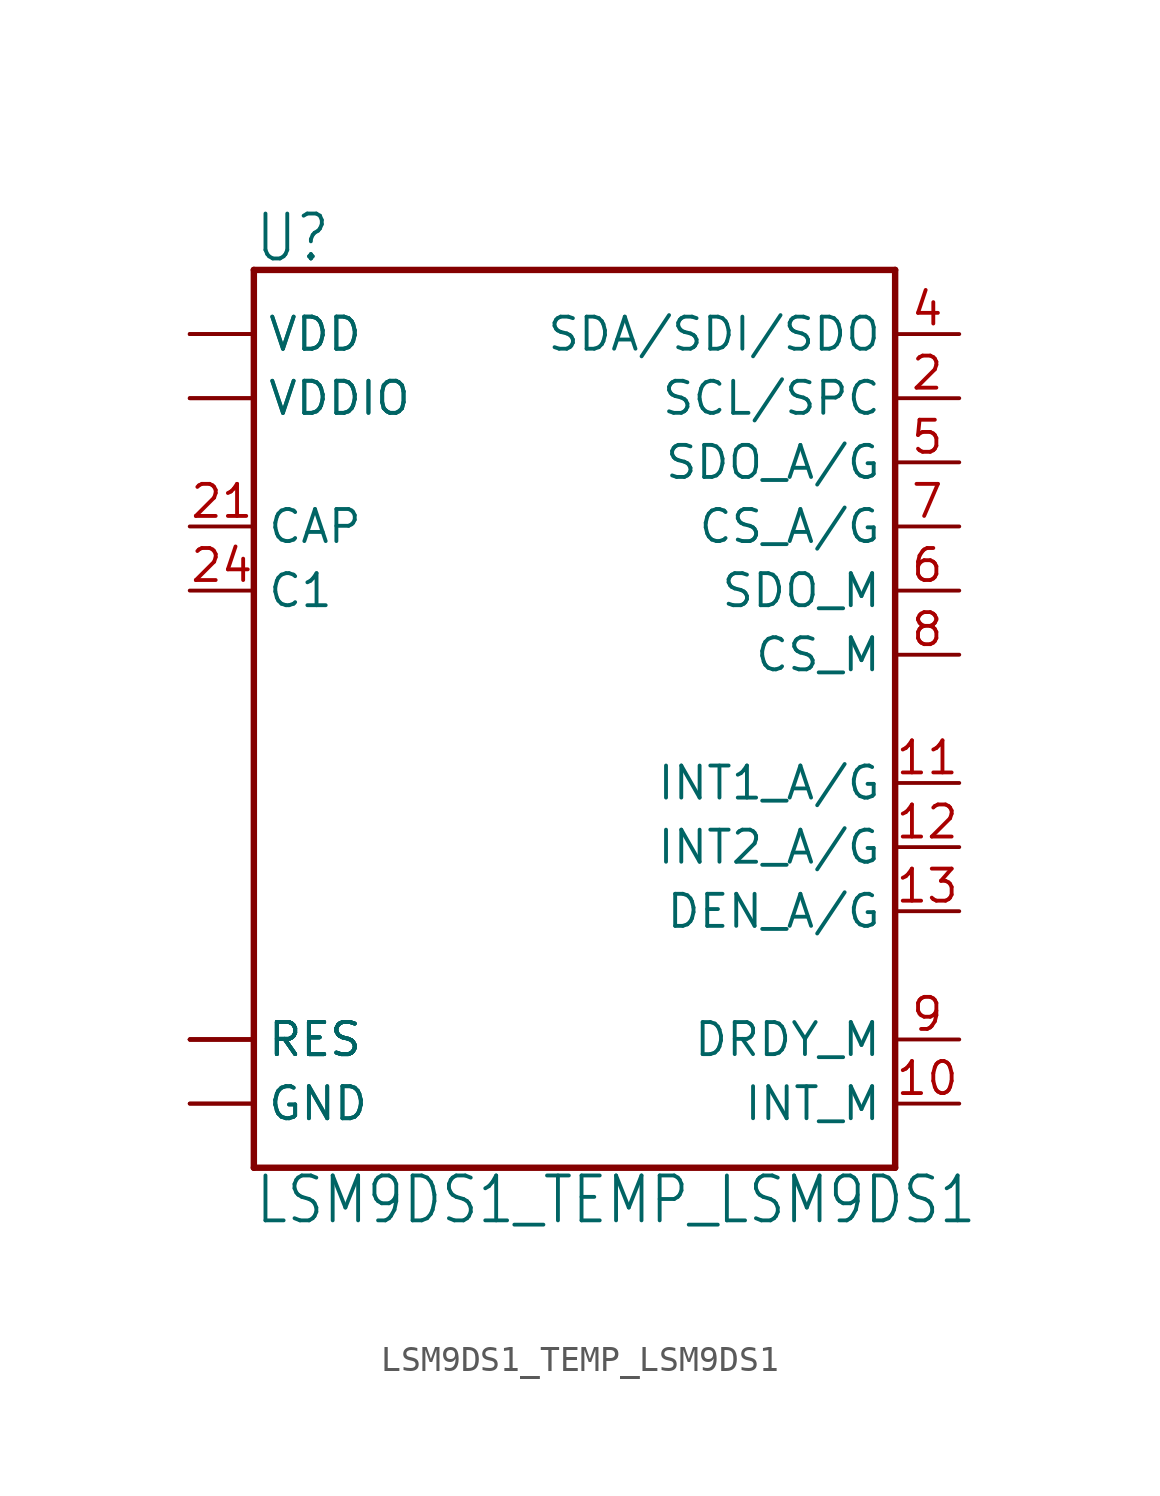
<source format=kicad_sym>
(kicad_symbol_lib
  (version 20211014)
  (generator kicad_symbol_editor)
  (symbol "LSM9DS1_TEMP_LSM9DS1"
    (property "Reference" "U"
      (at -12.7 19.05 0)
      (effects (font (size 1.778 1.511)) (justify left)))
    (property "Value" "LSM9DS1_TEMP_LSM9DS1"
      (at -12.7 -19.05 0)
      (effects (font (size 1.778 1.511)) (justify left)))
    (property "ki_locked" ""
      (at 0 0 0)
      (effects (font (size 1.27 1.27))))
    (symbol "LSM9DS1_TEMP_LSM9DS1_1_0"
      (polyline (pts (xy -12.7 -17.78) (xy 12.7 -17.78)) (stroke (width 0.254) (type default) (color 0 0 0 0)) (fill (type none)))
      (polyline (pts (xy -12.7 17.78) (xy -12.7 -17.78)) (stroke (width 0.254) (type default) (color 0 0 0 0)) (fill (type none)))
      (polyline (pts (xy 12.7 -17.78) (xy 12.7 17.78)) (stroke (width 0.254) (type default) (color 0 0 0 0)) (fill (type none)))
      (polyline (pts (xy 12.7 17.78) (xy -12.7 17.78)) (stroke (width 0.254) (type default) (color 0 0 0 0)) (fill (type none)))
      (pin bidirectional line (at -15.24 12.7 0) (length 2.54) (name "VDDIO" (effects (font (size 1.27 1.27)))) (number "1" (effects (font (size 0 0)))))
      (pin bidirectional line (at 15.24 -15.24 180) (length 2.54) (name "INT_M" (effects (font (size 1.27 1.27)))) (number "10" (effects (font (size 1.27 1.27)))))
      (pin bidirectional line (at 15.24 -2.54 180) (length 2.54) (name "INT1_A/G" (effects (font (size 1.27 1.27)))) (number "11" (effects (font (size 1.27 1.27)))))
      (pin bidirectional line (at 15.24 -5.08 180) (length 2.54) (name "INT2_A/G" (effects (font (size 1.27 1.27)))) (number "12" (effects (font (size 1.27 1.27)))))
      (pin bidirectional line (at 15.24 -7.62 180) (length 2.54) (name "DEN_A/G" (effects (font (size 1.27 1.27)))) (number "13" (effects (font (size 1.27 1.27)))))
      (pin bidirectional line (at -15.24 -12.7 0) (length 2.54) (name "RES" (effects (font (size 1.27 1.27)))) (number "14" (effects (font (size 0 0)))))
      (pin bidirectional line (at -15.24 -12.7 0) (length 2.54) (name "RES" (effects (font (size 1.27 1.27)))) (number "15" (effects (font (size 0 0)))))
      (pin bidirectional line (at -15.24 -12.7 0) (length 2.54) (name "RES" (effects (font (size 1.27 1.27)))) (number "16" (effects (font (size 0 0)))))
      (pin bidirectional line (at -15.24 -12.7 0) (length 2.54) (name "RES" (effects (font (size 1.27 1.27)))) (number "17" (effects (font (size 0 0)))))
      (pin bidirectional line (at -15.24 -12.7 0) (length 2.54) (name "RES" (effects (font (size 1.27 1.27)))) (number "18" (effects (font (size 0 0)))))
      (pin bidirectional line (at -15.24 -15.24 0) (length 2.54) (name "GND" (effects (font (size 1.27 1.27)))) (number "19" (effects (font (size 0 0)))))
      (pin bidirectional line (at 15.24 12.7 180) (length 2.54) (name "SCL/SPC" (effects (font (size 1.27 1.27)))) (number "2" (effects (font (size 1.27 1.27)))))
      (pin bidirectional line (at -15.24 -15.24 0) (length 2.54) (name "GND" (effects (font (size 1.27 1.27)))) (number "20" (effects (font (size 0 0)))))
      (pin bidirectional line (at -15.24 7.62 0) (length 2.54) (name "CAP" (effects (font (size 1.27 1.27)))) (number "21" (effects (font (size 1.27 1.27)))))
      (pin bidirectional line (at -15.24 15.24 0) (length 2.54) (name "VDD" (effects (font (size 1.27 1.27)))) (number "22" (effects (font (size 0 0)))))
      (pin bidirectional line (at -15.24 15.24 0) (length 2.54) (name "VDD" (effects (font (size 1.27 1.27)))) (number "23" (effects (font (size 0 0)))))
      (pin bidirectional line (at -15.24 5.08 0) (length 2.54) (name "C1" (effects (font (size 1.27 1.27)))) (number "24" (effects (font (size 1.27 1.27)))))
      (pin bidirectional line (at -15.24 12.7 0) (length 2.54) (name "VDDIO" (effects (font (size 1.27 1.27)))) (number "3" (effects (font (size 0 0)))))
      (pin bidirectional line (at 15.24 15.24 180) (length 2.54) (name "SDA/SDI/SDO" (effects (font (size 1.27 1.27)))) (number "4" (effects (font (size 1.27 1.27)))))
      (pin bidirectional line (at 15.24 10.16 180) (length 2.54) (name "SDO_A/G" (effects (font (size 1.27 1.27)))) (number "5" (effects (font (size 1.27 1.27)))))
      (pin bidirectional line (at 15.24 5.08 180) (length 2.54) (name "SDO_M" (effects (font (size 1.27 1.27)))) (number "6" (effects (font (size 1.27 1.27)))))
      (pin bidirectional line (at 15.24 7.62 180) (length 2.54) (name "CS_A/G" (effects (font (size 1.27 1.27)))) (number "7" (effects (font (size 1.27 1.27)))))
      (pin bidirectional line (at 15.24 2.54 180) (length 2.54) (name "CS_M" (effects (font (size 1.27 1.27)))) (number "8" (effects (font (size 1.27 1.27)))))
      (pin bidirectional line (at 15.24 -12.7 180) (length 2.54) (name "DRDY_M" (effects (font (size 1.27 1.27)))) (number "9" (effects (font (size 1.27 1.27))))))))
</source>
